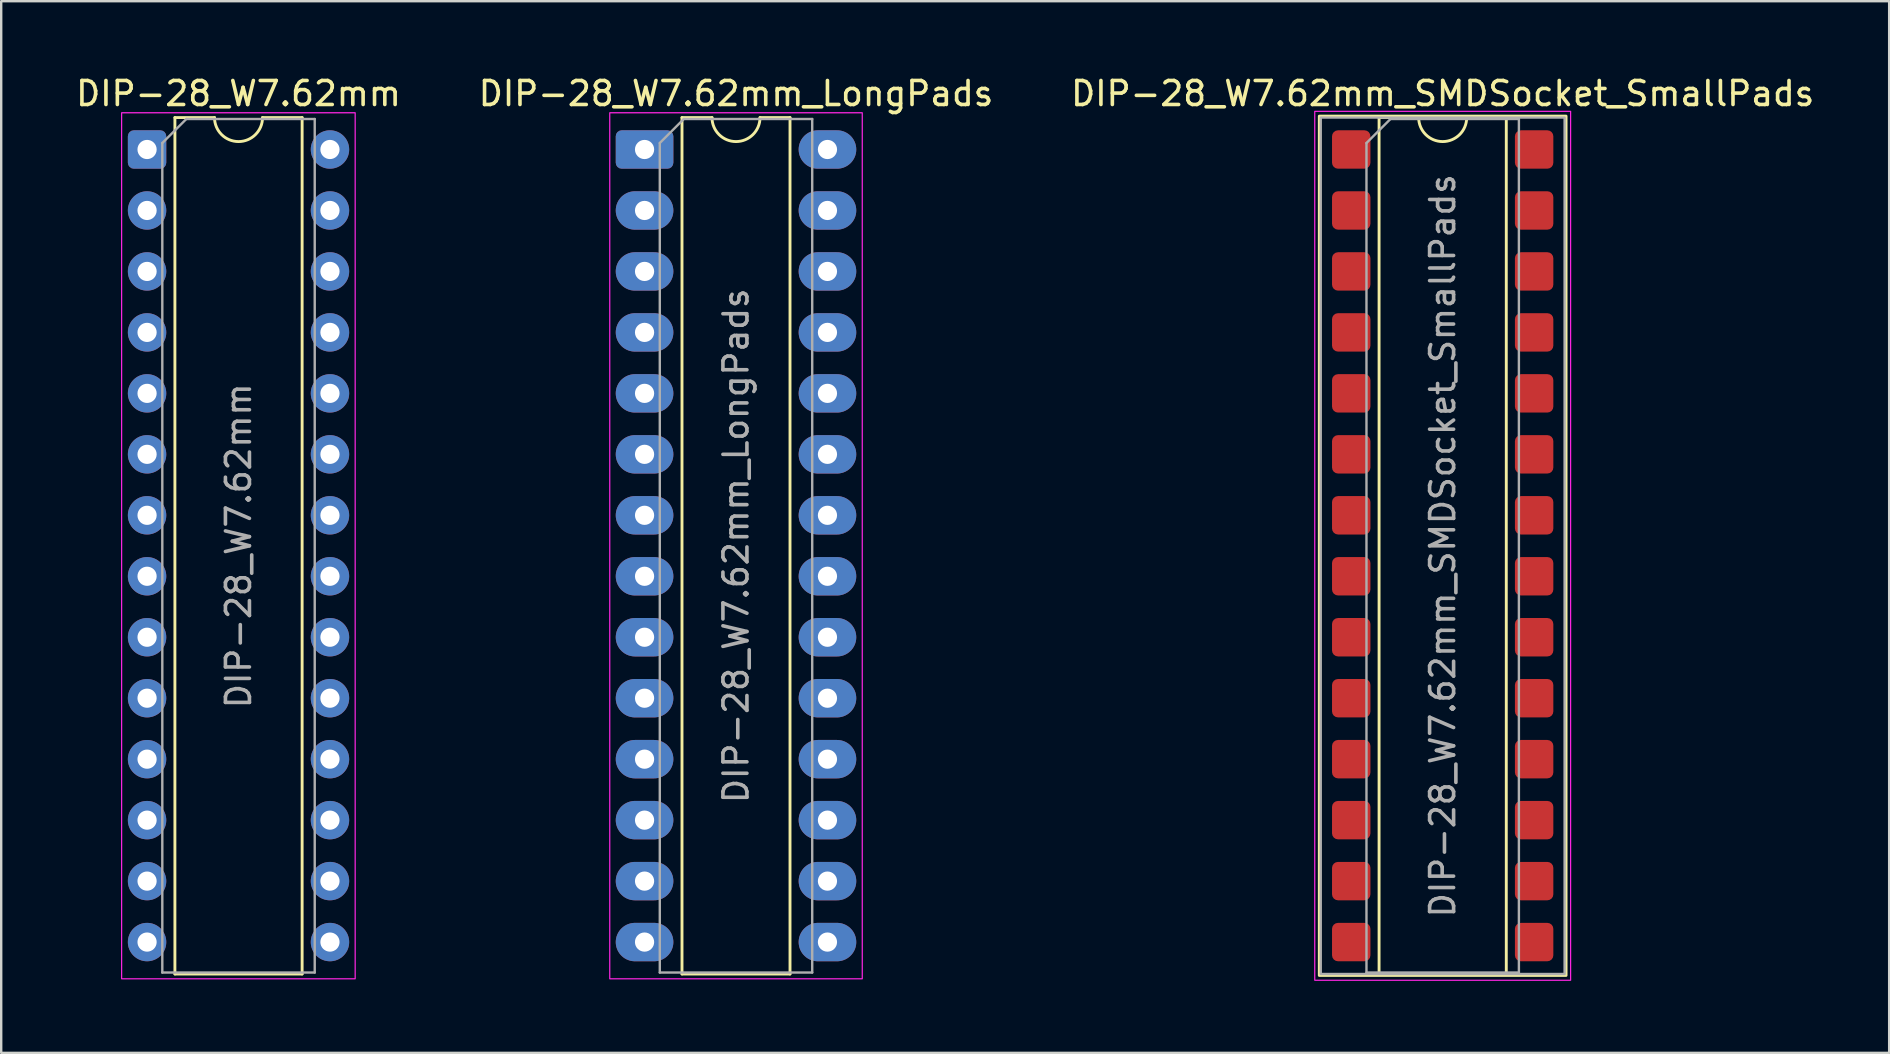
<source format=kicad_pcb>
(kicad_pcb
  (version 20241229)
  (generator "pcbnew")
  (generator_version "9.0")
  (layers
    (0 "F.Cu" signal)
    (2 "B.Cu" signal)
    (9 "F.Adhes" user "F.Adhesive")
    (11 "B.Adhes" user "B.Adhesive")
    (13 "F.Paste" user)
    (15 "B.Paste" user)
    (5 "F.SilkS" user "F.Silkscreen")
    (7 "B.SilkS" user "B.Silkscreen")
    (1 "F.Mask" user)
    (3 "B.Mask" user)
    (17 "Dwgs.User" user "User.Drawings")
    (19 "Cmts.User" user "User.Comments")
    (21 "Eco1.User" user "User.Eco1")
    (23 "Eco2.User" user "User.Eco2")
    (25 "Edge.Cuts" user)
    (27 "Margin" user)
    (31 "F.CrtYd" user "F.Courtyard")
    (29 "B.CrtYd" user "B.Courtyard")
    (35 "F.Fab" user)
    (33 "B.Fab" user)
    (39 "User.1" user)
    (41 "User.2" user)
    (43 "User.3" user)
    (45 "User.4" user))
  (footprint "DIP-28_W7.62mm_SMDSocket_SmallPads"
    (layer "F.Cu")
    (at 57.054 19.688)
    (property "Reference" "DIP-28_W7.62mm_SMDSocket_SmallPads" (at 0 -18.84 0) (layer "F.SilkS") (effects (font (size 1 1) (thickness 0.15))))
    (attr smd)
    (fp_line (start -2.65 -17.84) (end -2.65 17.84) (stroke (width 0.12) (type solid)) (layer "F.SilkS"))
    (fp_line (start -2.65 17.84) (end 2.65 17.84) (stroke (width 0.12) (type solid)) (layer "F.SilkS"))
    (fp_line (start -1 -17.84) (end -2.65 -17.84) (stroke (width 0.12) (type solid)) (layer "F.SilkS"))
    (fp_line (start 2.65 -17.84) (end 1 -17.84) (stroke (width 0.12) (type solid)) (layer "F.SilkS"))
    (fp_line (start 2.65 17.84) (end 2.65 -17.84) (stroke (width 0.12) (type solid)) (layer "F.SilkS"))
    (fp_rect (start -5.14 -17.9) (end 5.14 17.9) (stroke (width 0.12) (type solid)) (fill no) (layer "F.SilkS"))
    (fp_arc (start 1 -17.84) (mid 0 -16.84) (end -1 -17.84) (stroke (width 0.12) (type solid)) (layer "F.SilkS"))
    (fp_rect (start -5.33 -18.1) (end 5.33 18.1) (stroke (width 0.05) (type solid)) (fill no) (layer "F.CrtYd"))
    (fp_line (start -3.175 -16.78) (end -2.175 -17.78) (stroke (width 0.1) (type solid)) (layer "F.Fab"))
    (fp_line (start -3.175 17.78) (end -3.175 -16.78) (stroke (width 0.1) (type solid)) (layer "F.Fab"))
    (fp_line (start -2.175 -17.78) (end 3.175 -17.78) (stroke (width 0.1) (type solid)) (layer "F.Fab"))
    (fp_line (start 3.175 -17.78) (end 3.175 17.78) (stroke (width 0.1) (type solid)) (layer "F.Fab"))
    (fp_line (start 3.175 17.78) (end -3.175 17.78) (stroke (width 0.1) (type solid)) (layer "F.Fab"))
    (fp_rect (start -5.08 -17.84) (end 5.08 17.84) (stroke (width 0.1) (type solid)) (fill no) (layer "F.Fab"))
    (fp_text user "${REFERENCE}" (at 0 0 90) (layer "F.Fab") (effects (font (size 1 1) (thickness 0.15))))
    (pad "1" smd roundrect (at -3.81 -16.51) (size 1.6 1.6) (layers "F.Cu" "F.Mask" "F.Paste") (roundrect_rratio 0.156))
    (pad "2" smd roundrect (at -3.81 -13.97) (size 1.6 1.6) (layers "F.Cu" "F.Mask" "F.Paste") (roundrect_rratio 0.156))
    (pad "3" smd roundrect (at -3.81 -11.43) (size 1.6 1.6) (layers "F.Cu" "F.Mask" "F.Paste") (roundrect_rratio 0.156))
    (pad "4" smd roundrect (at -3.81 -8.89) (size 1.6 1.6) (layers "F.Cu" "F.Mask" "F.Paste") (roundrect_rratio 0.156))
    (pad "5" smd roundrect (at -3.81 -6.35) (size 1.6 1.6) (layers "F.Cu" "F.Mask" "F.Paste") (roundrect_rratio 0.156))
    (pad "6" smd roundrect (at -3.81 -3.81) (size 1.6 1.6) (layers "F.Cu" "F.Mask" "F.Paste") (roundrect_rratio 0.156))
    (pad "7" smd roundrect (at -3.81 -1.27) (size 1.6 1.6) (layers "F.Cu" "F.Mask" "F.Paste") (roundrect_rratio 0.156))
    (pad "8" smd roundrect (at -3.81 1.27) (size 1.6 1.6) (layers "F.Cu" "F.Mask" "F.Paste") (roundrect_rratio 0.156))
    (pad "9" smd roundrect (at -3.81 3.81) (size 1.6 1.6) (layers "F.Cu" "F.Mask" "F.Paste") (roundrect_rratio 0.156))
    (pad "10" smd roundrect (at -3.81 6.35) (size 1.6 1.6) (layers "F.Cu" "F.Mask" "F.Paste") (roundrect_rratio 0.156))
    (pad "11" smd roundrect (at -3.81 8.89) (size 1.6 1.6) (layers "F.Cu" "F.Mask" "F.Paste") (roundrect_rratio 0.156))
    (pad "12" smd roundrect (at -3.81 11.43) (size 1.6 1.6) (layers "F.Cu" "F.Mask" "F.Paste") (roundrect_rratio 0.156))
    (pad "13" smd roundrect (at -3.81 13.97) (size 1.6 1.6) (layers "F.Cu" "F.Mask" "F.Paste") (roundrect_rratio 0.156))
    (pad "14" smd roundrect (at -3.81 16.51) (size 1.6 1.6) (layers "F.Cu" "F.Mask" "F.Paste") (roundrect_rratio 0.156))
    (pad "15" smd roundrect (at 3.81 16.51) (size 1.6 1.6) (layers "F.Cu" "F.Mask" "F.Paste") (roundrect_rratio 0.156))
    (pad "16" smd roundrect (at 3.81 13.97) (size 1.6 1.6) (layers "F.Cu" "F.Mask" "F.Paste") (roundrect_rratio 0.156))
    (pad "17" smd roundrect (at 3.81 11.43) (size 1.6 1.6) (layers "F.Cu" "F.Mask" "F.Paste") (roundrect_rratio 0.156))
    (pad "18" smd roundrect (at 3.81 8.89) (size 1.6 1.6) (layers "F.Cu" "F.Mask" "F.Paste") (roundrect_rratio 0.156))
    (pad "19" smd roundrect (at 3.81 6.35) (size 1.6 1.6) (layers "F.Cu" "F.Mask" "F.Paste") (roundrect_rratio 0.156))
    (pad "20" smd roundrect (at 3.81 3.81) (size 1.6 1.6) (layers "F.Cu" "F.Mask" "F.Paste") (roundrect_rratio 0.156))
    (pad "21" smd roundrect (at 3.81 1.27) (size 1.6 1.6) (layers "F.Cu" "F.Mask" "F.Paste") (roundrect_rratio 0.156))
    (pad "22" smd roundrect (at 3.81 -1.27) (size 1.6 1.6) (layers "F.Cu" "F.Mask" "F.Paste") (roundrect_rratio 0.156))
    (pad "23" smd roundrect (at 3.81 -3.81) (size 1.6 1.6) (layers "F.Cu" "F.Mask" "F.Paste") (roundrect_rratio 0.156))
    (pad "24" smd roundrect (at 3.81 -6.35) (size 1.6 1.6) (layers "F.Cu" "F.Mask" "F.Paste") (roundrect_rratio 0.156))
    (pad "25" smd roundrect (at 3.81 -8.89) (size 1.6 1.6) (layers "F.Cu" "F.Mask" "F.Paste") (roundrect_rratio 0.156))
    (pad "26" smd roundrect (at 3.81 -11.43) (size 1.6 1.6) (layers "F.Cu" "F.Mask" "F.Paste") (roundrect_rratio 0.156))
    (pad "27" smd roundrect (at 3.81 -13.97) (size 1.6 1.6) (layers "F.Cu" "F.Mask" "F.Paste") (roundrect_rratio 0.156))
    (pad "28" smd roundrect (at 3.81 -16.51) (size 1.6 1.6) (layers "F.Cu" "F.Mask" "F.Paste") (roundrect_rratio 0.156)))
  (footprint "DIP-28_W7.62mm"
    (layer "F.Cu")
    (at 3.077 3.178)
    (property "Reference" "DIP-28_W7.62mm" (at 3.81 -2.33 0) (layer "F.SilkS") (effects (font (size 1 1) (thickness 0.15))))
    (attr through_hole)
    (fp_line (start 1.16 -1.33) (end 1.16 34.35) (stroke (width 0.12) (type solid)) (layer "F.SilkS"))
    (fp_line (start 1.16 34.35) (end 6.46 34.35) (stroke (width 0.12) (type solid)) (layer "F.SilkS"))
    (fp_line (start 2.81 -1.33) (end 1.16 -1.33) (stroke (width 0.12) (type solid)) (layer "F.SilkS"))
    (fp_line (start 6.46 -1.33) (end 4.81 -1.33) (stroke (width 0.12) (type solid)) (layer "F.SilkS"))
    (fp_line (start 6.46 34.35) (end 6.46 -1.33) (stroke (width 0.12) (type solid)) (layer "F.SilkS"))
    (fp_arc (start 4.81 -1.33) (mid 3.81 -0.33) (end 2.81 -1.33) (stroke (width 0.12) (type solid)) (layer "F.SilkS"))
    (fp_rect (start -1.06 -1.53) (end 8.67 34.55) (stroke (width 0.05) (type solid)) (fill no) (layer "F.CrtYd"))
    (fp_line (start 0.635 -0.27) (end 1.635 -1.27) (stroke (width 0.1) (type solid)) (layer "F.Fab"))
    (fp_line (start 0.635 34.29) (end 0.635 -0.27) (stroke (width 0.1) (type solid)) (layer "F.Fab"))
    (fp_line (start 1.635 -1.27) (end 6.985 -1.27) (stroke (width 0.1) (type solid)) (layer "F.Fab"))
    (fp_line (start 6.985 -1.27) (end 6.985 34.29) (stroke (width 0.1) (type solid)) (layer "F.Fab"))
    (fp_line (start 6.985 34.29) (end 0.635 34.29) (stroke (width 0.1) (type solid)) (layer "F.Fab"))
    (fp_text user "${REFERENCE}" (at 3.81 16.51 90) (layer "F.Fab") (effects (font (size 1 1) (thickness 0.15))))
    (pad "1" thru_hole roundrect (at 0 0) (size 1.6 1.6) (drill 0.8) (layers "*.Cu" "*.Mask") (roundrect_rratio 0.156))
    (pad "2" thru_hole circle (at 0 2.54) (size 1.6 1.6) (drill 0.8) (layers "*.Cu" "*.Mask"))
    (pad "3" thru_hole circle (at 0 5.08) (size 1.6 1.6) (drill 0.8) (layers "*.Cu" "*.Mask"))
    (pad "4" thru_hole circle (at 0 7.62) (size 1.6 1.6) (drill 0.8) (layers "*.Cu" "*.Mask"))
    (pad "5" thru_hole circle (at 0 10.16) (size 1.6 1.6) (drill 0.8) (layers "*.Cu" "*.Mask"))
    (pad "6" thru_hole circle (at 0 12.7) (size 1.6 1.6) (drill 0.8) (layers "*.Cu" "*.Mask"))
    (pad "7" thru_hole circle (at 0 15.24) (size 1.6 1.6) (drill 0.8) (layers "*.Cu" "*.Mask"))
    (pad "8" thru_hole circle (at 0 17.78) (size 1.6 1.6) (drill 0.8) (layers "*.Cu" "*.Mask"))
    (pad "9" thru_hole circle (at 0 20.32) (size 1.6 1.6) (drill 0.8) (layers "*.Cu" "*.Mask"))
    (pad "10" thru_hole circle (at 0 22.86) (size 1.6 1.6) (drill 0.8) (layers "*.Cu" "*.Mask"))
    (pad "11" thru_hole circle (at 0 25.4) (size 1.6 1.6) (drill 0.8) (layers "*.Cu" "*.Mask"))
    (pad "12" thru_hole circle (at 0 27.94) (size 1.6 1.6) (drill 0.8) (layers "*.Cu" "*.Mask"))
    (pad "13" thru_hole circle (at 0 30.48) (size 1.6 1.6) (drill 0.8) (layers "*.Cu" "*.Mask"))
    (pad "14" thru_hole circle (at 0 33.02) (size 1.6 1.6) (drill 0.8) (layers "*.Cu" "*.Mask"))
    (pad "15" thru_hole circle (at 7.62 33.02) (size 1.6 1.6) (drill 0.8) (layers "*.Cu" "*.Mask"))
    (pad "16" thru_hole circle (at 7.62 30.48) (size 1.6 1.6) (drill 0.8) (layers "*.Cu" "*.Mask"))
    (pad "17" thru_hole circle (at 7.62 27.94) (size 1.6 1.6) (drill 0.8) (layers "*.Cu" "*.Mask"))
    (pad "18" thru_hole circle (at 7.62 25.4) (size 1.6 1.6) (drill 0.8) (layers "*.Cu" "*.Mask"))
    (pad "19" thru_hole circle (at 7.62 22.86) (size 1.6 1.6) (drill 0.8) (layers "*.Cu" "*.Mask"))
    (pad "20" thru_hole circle (at 7.62 20.32) (size 1.6 1.6) (drill 0.8) (layers "*.Cu" "*.Mask"))
    (pad "21" thru_hole circle (at 7.62 17.78) (size 1.6 1.6) (drill 0.8) (layers "*.Cu" "*.Mask"))
    (pad "22" thru_hole circle (at 7.62 15.24) (size 1.6 1.6) (drill 0.8) (layers "*.Cu" "*.Mask"))
    (pad "23" thru_hole circle (at 7.62 12.7) (size 1.6 1.6) (drill 0.8) (layers "*.Cu" "*.Mask"))
    (pad "24" thru_hole circle (at 7.62 10.16) (size 1.6 1.6) (drill 0.8) (layers "*.Cu" "*.Mask"))
    (pad "25" thru_hole circle (at 7.62 7.62) (size 1.6 1.6) (drill 0.8) (layers "*.Cu" "*.Mask"))
    (pad "26" thru_hole circle (at 7.62 5.08) (size 1.6 1.6) (drill 0.8) (layers "*.Cu" "*.Mask"))
    (pad "27" thru_hole circle (at 7.62 2.54) (size 1.6 1.6) (drill 0.8) (layers "*.Cu" "*.Mask"))
    (pad "28" thru_hole circle (at 7.62 0) (size 1.6 1.6) (drill 0.8) (layers "*.Cu" "*.Mask")))
  (footprint "DIP-28_W7.62mm_LongPads"
    (layer "F.Cu")
    (at 23.803 3.178)
    (property "Reference" "DIP-28_W7.62mm_LongPads" (at 3.81 -2.33 0) (layer "F.SilkS") (effects (font (size 1 1) (thickness 0.15))))
    (attr through_hole)
    (fp_line (start 1.56 -1.33) (end 1.56 34.35) (stroke (width 0.12) (type solid)) (layer "F.SilkS"))
    (fp_line (start 1.56 34.35) (end 6.06 34.35) (stroke (width 0.12) (type solid)) (layer "F.SilkS"))
    (fp_line (start 2.81 -1.33) (end 1.56 -1.33) (stroke (width 0.12) (type solid)) (layer "F.SilkS"))
    (fp_line (start 6.06 -1.33) (end 4.81 -1.33) (stroke (width 0.12) (type solid)) (layer "F.SilkS"))
    (fp_line (start 6.06 34.35) (end 6.06 -1.33) (stroke (width 0.12) (type solid)) (layer "F.SilkS"))
    (fp_arc (start 4.81 -1.33) (mid 3.81 -0.33) (end 2.81 -1.33) (stroke (width 0.12) (type solid)) (layer "F.SilkS"))
    (fp_rect (start -1.45 -1.53) (end 9.07 34.55) (stroke (width 0.05) (type solid)) (fill no) (layer "F.CrtYd"))
    (fp_line (start 0.635 -0.27) (end 1.635 -1.27) (stroke (width 0.1) (type solid)) (layer "F.Fab"))
    (fp_line (start 0.635 34.29) (end 0.635 -0.27) (stroke (width 0.1) (type solid)) (layer "F.Fab"))
    (fp_line (start 1.635 -1.27) (end 6.985 -1.27) (stroke (width 0.1) (type solid)) (layer "F.Fab"))
    (fp_line (start 6.985 -1.27) (end 6.985 34.29) (stroke (width 0.1) (type solid)) (layer "F.Fab"))
    (fp_line (start 6.985 34.29) (end 0.635 34.29) (stroke (width 0.1) (type solid)) (layer "F.Fab"))
    (fp_text user "${REFERENCE}" (at 3.81 16.51 90) (layer "F.Fab") (effects (font (size 1 1) (thickness 0.15))))
    (pad "1" thru_hole roundrect (at 0 0) (size 2.4 1.6) (drill 0.8) (layers "*.Cu" "*.Mask") (roundrect_rratio 0.156))
    (pad "2" thru_hole oval (at 0 2.54) (size 2.4 1.6) (drill 0.8) (layers "*.Cu" "*.Mask"))
    (pad "3" thru_hole oval (at 0 5.08) (size 2.4 1.6) (drill 0.8) (layers "*.Cu" "*.Mask"))
    (pad "4" thru_hole oval (at 0 7.62) (size 2.4 1.6) (drill 0.8) (layers "*.Cu" "*.Mask"))
    (pad "5" thru_hole oval (at 0 10.16) (size 2.4 1.6) (drill 0.8) (layers "*.Cu" "*.Mask"))
    (pad "6" thru_hole oval (at 0 12.7) (size 2.4 1.6) (drill 0.8) (layers "*.Cu" "*.Mask"))
    (pad "7" thru_hole oval (at 0 15.24) (size 2.4 1.6) (drill 0.8) (layers "*.Cu" "*.Mask"))
    (pad "8" thru_hole oval (at 0 17.78) (size 2.4 1.6) (drill 0.8) (layers "*.Cu" "*.Mask"))
    (pad "9" thru_hole oval (at 0 20.32) (size 2.4 1.6) (drill 0.8) (layers "*.Cu" "*.Mask"))
    (pad "10" thru_hole oval (at 0 22.86) (size 2.4 1.6) (drill 0.8) (layers "*.Cu" "*.Mask"))
    (pad "11" thru_hole oval (at 0 25.4) (size 2.4 1.6) (drill 0.8) (layers "*.Cu" "*.Mask"))
    (pad "12" thru_hole oval (at 0 27.94) (size 2.4 1.6) (drill 0.8) (layers "*.Cu" "*.Mask"))
    (pad "13" thru_hole oval (at 0 30.48) (size 2.4 1.6) (drill 0.8) (layers "*.Cu" "*.Mask"))
    (pad "14" thru_hole oval (at 0 33.02) (size 2.4 1.6) (drill 0.8) (layers "*.Cu" "*.Mask"))
    (pad "15" thru_hole oval (at 7.62 33.02) (size 2.4 1.6) (drill 0.8) (layers "*.Cu" "*.Mask"))
    (pad "16" thru_hole oval (at 7.62 30.48) (size 2.4 1.6) (drill 0.8) (layers "*.Cu" "*.Mask"))
    (pad "17" thru_hole oval (at 7.62 27.94) (size 2.4 1.6) (drill 0.8) (layers "*.Cu" "*.Mask"))
    (pad "18" thru_hole oval (at 7.62 25.4) (size 2.4 1.6) (drill 0.8) (layers "*.Cu" "*.Mask"))
    (pad "19" thru_hole oval (at 7.62 22.86) (size 2.4 1.6) (drill 0.8) (layers "*.Cu" "*.Mask"))
    (pad "20" thru_hole oval (at 7.62 20.32) (size 2.4 1.6) (drill 0.8) (layers "*.Cu" "*.Mask"))
    (pad "21" thru_hole oval (at 7.62 17.78) (size 2.4 1.6) (drill 0.8) (layers "*.Cu" "*.Mask"))
    (pad "22" thru_hole oval (at 7.62 15.24) (size 2.4 1.6) (drill 0.8) (layers "*.Cu" "*.Mask"))
    (pad "23" thru_hole oval (at 7.62 12.7) (size 2.4 1.6) (drill 0.8) (layers "*.Cu" "*.Mask"))
    (pad "24" thru_hole oval (at 7.62 10.16) (size 2.4 1.6) (drill 0.8) (layers "*.Cu" "*.Mask"))
    (pad "25" thru_hole oval (at 7.62 7.62) (size 2.4 1.6) (drill 0.8) (layers "*.Cu" "*.Mask"))
    (pad "26" thru_hole oval (at 7.62 5.08) (size 2.4 1.6) (drill 0.8) (layers "*.Cu" "*.Mask"))
    (pad "27" thru_hole oval (at 7.62 2.54) (size 2.4 1.6) (drill 0.8) (layers "*.Cu" "*.Mask"))
    (pad "28" thru_hole oval (at 7.62 0) (size 2.4 1.6) (drill 0.8) (layers "*.Cu" "*.Mask")))
  (gr_rect
    (start -3 -3)
    (end 75.655 40.813)
    (stroke (width 0.1) (type default))
    (fill no)
    (layer "Edge.Cuts")))
</source>
